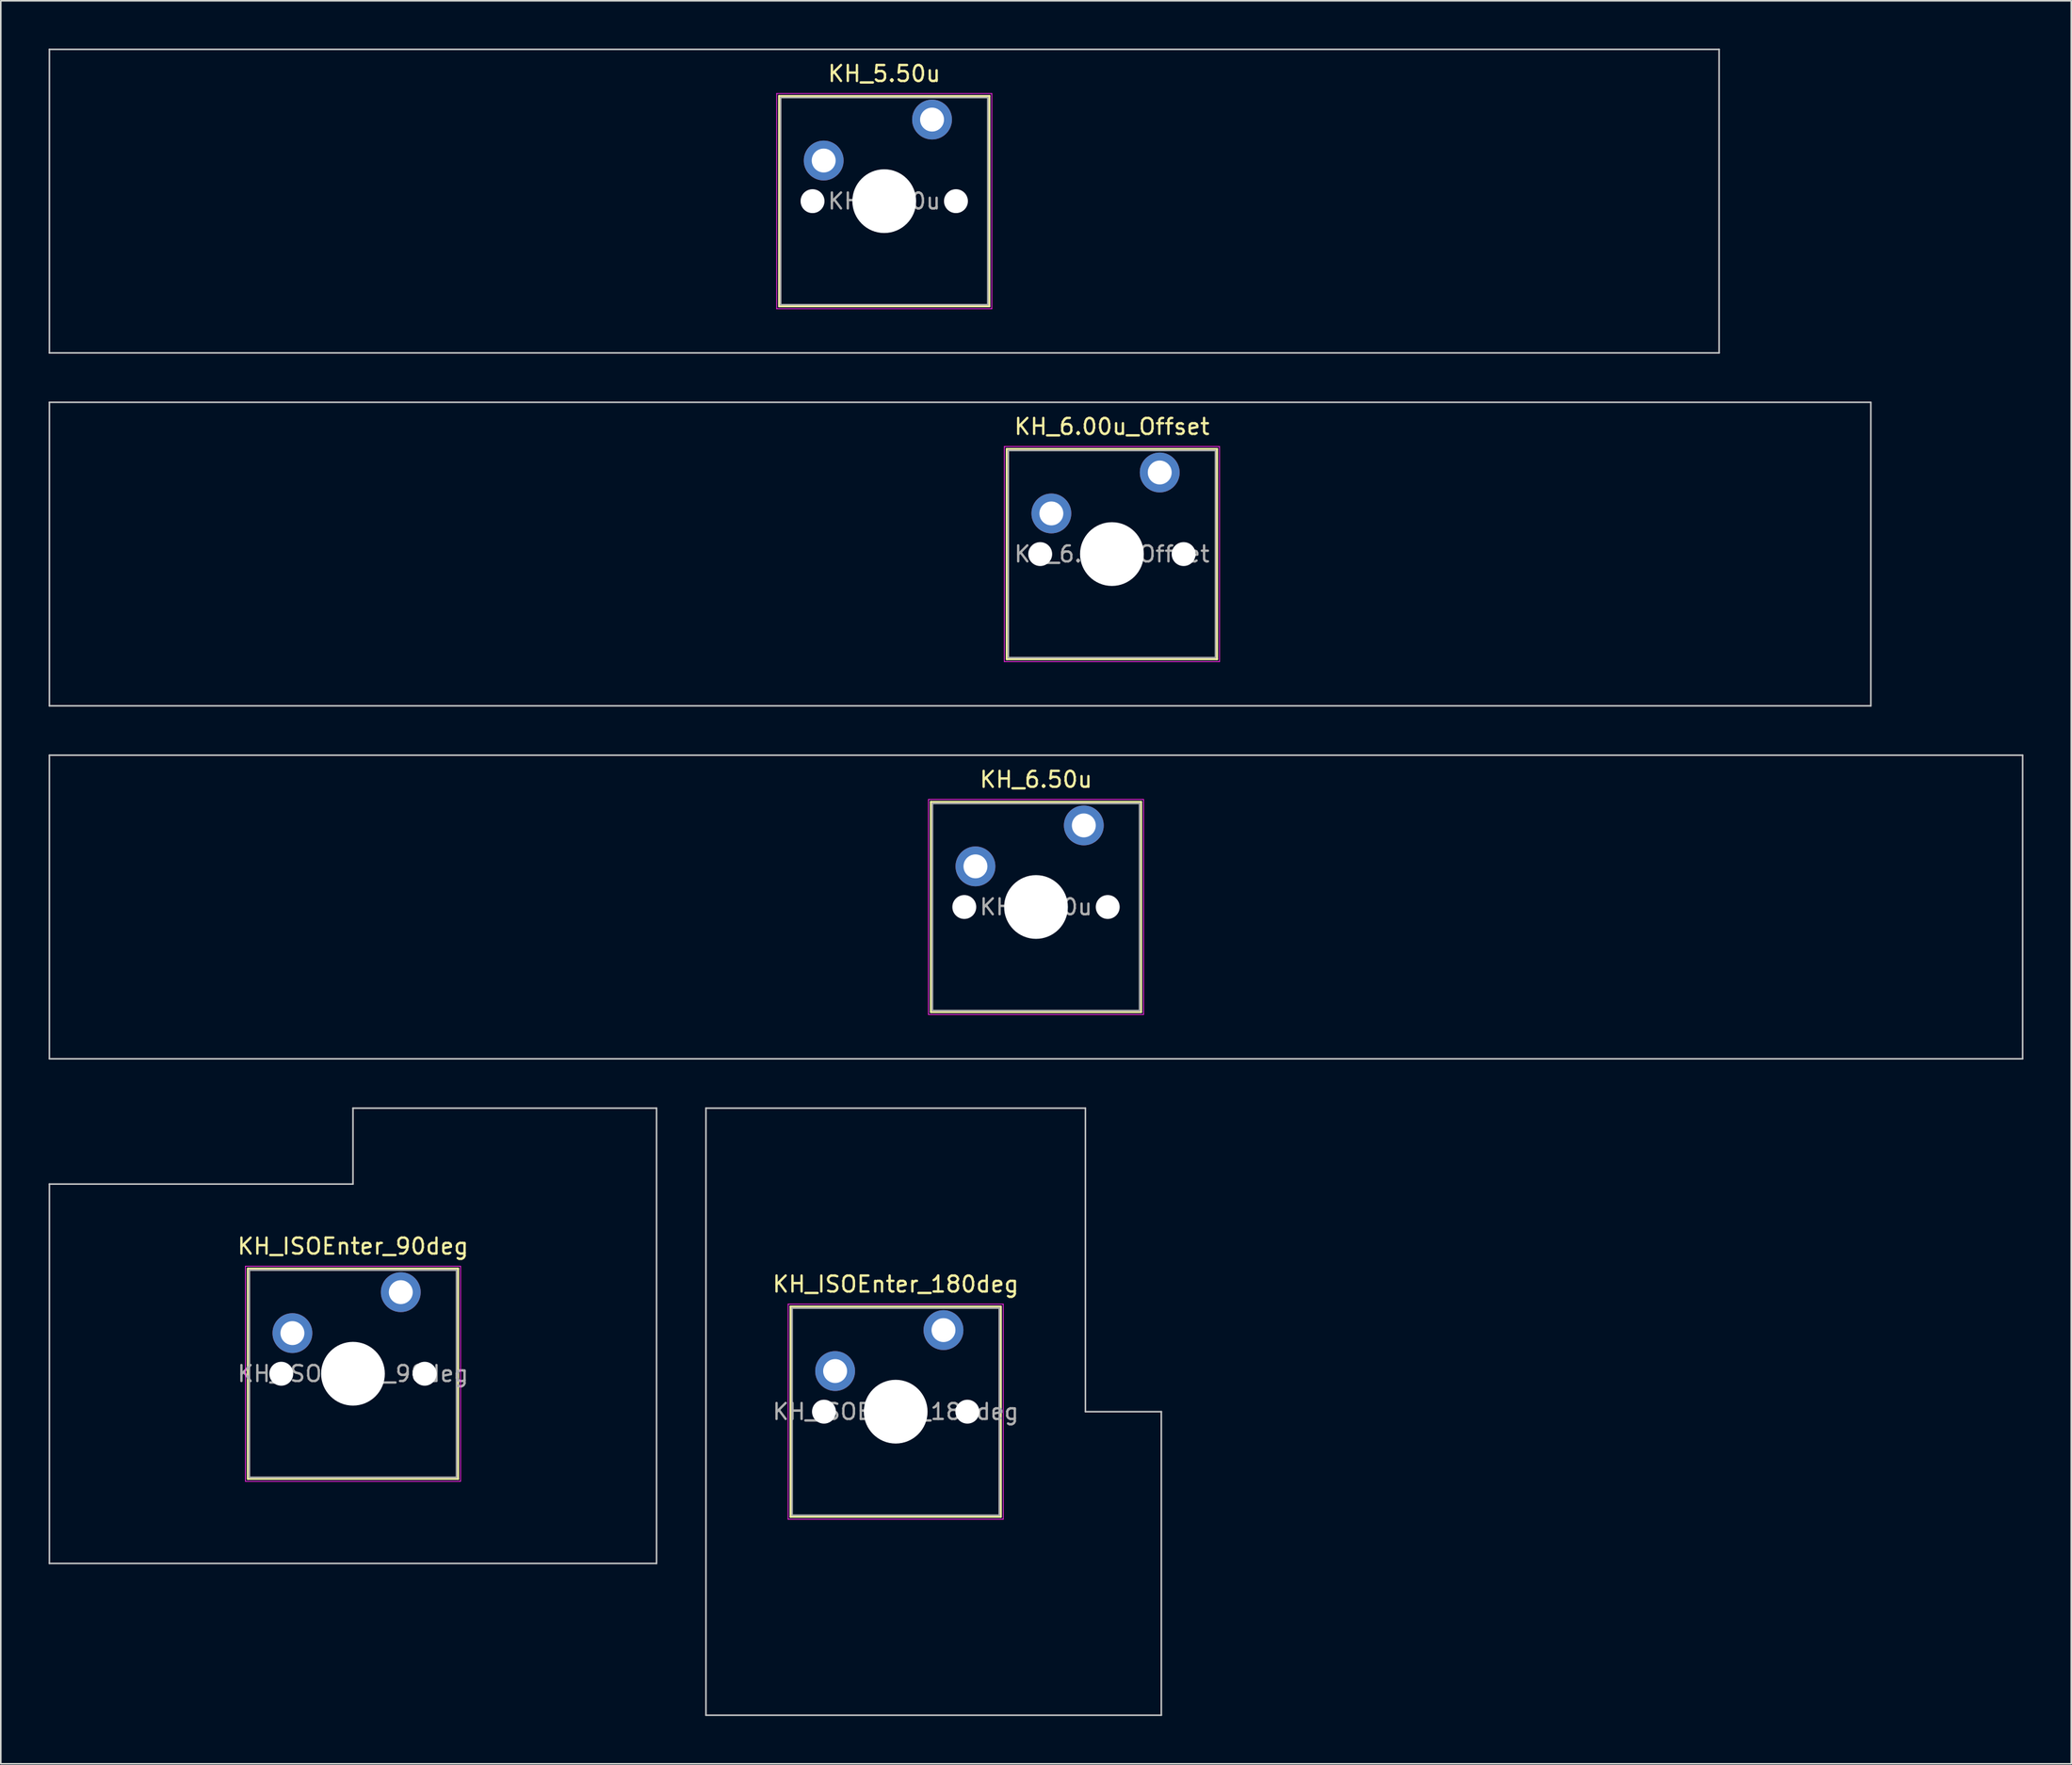
<source format=kicad_pcb>
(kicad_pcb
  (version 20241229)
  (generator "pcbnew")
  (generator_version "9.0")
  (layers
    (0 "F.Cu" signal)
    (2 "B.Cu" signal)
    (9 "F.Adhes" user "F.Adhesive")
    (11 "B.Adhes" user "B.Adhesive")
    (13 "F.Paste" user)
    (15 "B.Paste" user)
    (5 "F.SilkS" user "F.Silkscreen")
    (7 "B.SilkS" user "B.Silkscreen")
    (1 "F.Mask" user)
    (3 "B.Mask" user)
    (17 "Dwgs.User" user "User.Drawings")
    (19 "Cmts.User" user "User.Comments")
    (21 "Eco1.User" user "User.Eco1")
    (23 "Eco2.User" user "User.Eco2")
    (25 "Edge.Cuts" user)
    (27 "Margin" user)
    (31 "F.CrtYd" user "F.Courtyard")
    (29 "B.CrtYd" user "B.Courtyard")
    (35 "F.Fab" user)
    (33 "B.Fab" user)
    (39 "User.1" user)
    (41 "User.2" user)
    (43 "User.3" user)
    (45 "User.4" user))
  (footprint "KH_5.50u"
    (layer "F.Cu")
    (at 52.438 9.575)
    (property "Reference" "KH_5.50u" (at 0 -8 0) (layer "F.SilkS") (effects (font (size 1 1) (thickness 0.15))))
    (attr through_hole)
    (fp_line (start -6.6 -6.6) (end -6.6 6.6) (stroke (width 0.12) (type solid)) (layer "F.SilkS"))
    (fp_line (start -6.6 6.6) (end 6.6 6.6) (stroke (width 0.12) (type solid)) (layer "F.SilkS"))
    (fp_line (start 6.6 -6.6) (end -6.6 -6.6) (stroke (width 0.12) (type solid)) (layer "F.SilkS"))
    (fp_line (start 6.6 6.6) (end 6.6 -6.6) (stroke (width 0.12) (type solid)) (layer "F.SilkS"))
    (fp_line (start -52.388 -9.525) (end -52.388 9.525) (stroke (width 0.1) (type solid)) (layer "Dwgs.User"))
    (fp_line (start -52.388 9.525) (end 52.388 9.525) (stroke (width 0.1) (type solid)) (layer "Dwgs.User"))
    (fp_line (start 52.388 -9.525) (end -52.388 -9.525) (stroke (width 0.1) (type solid)) (layer "Dwgs.User"))
    (fp_line (start 52.388 9.525) (end 52.388 -9.525) (stroke (width 0.1) (type solid)) (layer "Dwgs.User"))
    (fp_line (start -6.1 -6.1) (end -6.1 6.1) (stroke (width 0.1) (type solid)) (layer "Eco1.User"))
    (fp_line (start -6.1 6.1) (end 6.1 6.1) (stroke (width 0.1) (type solid)) (layer "Eco1.User"))
    (fp_line (start 6.1 -6.1) (end -6.1 -6.1) (stroke (width 0.1) (type solid)) (layer "Eco1.User"))
    (fp_line (start 6.1 6.1) (end 6.1 -6.1) (stroke (width 0.1) (type solid)) (layer "Eco1.User"))
    (fp_line (start -6.75 -6.75) (end -6.75 6.75) (stroke (width 0.05) (type solid)) (layer "F.CrtYd"))
    (fp_line (start -6.75 6.75) (end 6.75 6.75) (stroke (width 0.05) (type solid)) (layer "F.CrtYd"))
    (fp_line (start 6.75 -6.75) (end -6.75 -6.75) (stroke (width 0.05) (type solid)) (layer "F.CrtYd"))
    (fp_line (start 6.75 6.75) (end 6.75 -6.75) (stroke (width 0.05) (type solid)) (layer "F.CrtYd"))
    (fp_line (start -6.5 -6.5) (end -6.5 6.5) (stroke (width 0.1) (type solid)) (layer "F.Fab"))
    (fp_line (start -6.5 6.5) (end 6.5 6.5) (stroke (width 0.1) (type solid)) (layer "F.Fab"))
    (fp_line (start 6.5 -6.5) (end -6.5 -6.5) (stroke (width 0.1) (type solid)) (layer "F.Fab"))
    (fp_line (start 6.5 6.5) (end 6.5 -6.5) (stroke (width 0.1) (type solid)) (layer "F.Fab"))
    (fp_text user "${REFERENCE}" (at 0 0 0) (layer "F.Fab") (effects (font (size 1 1) (thickness 0.15))))
    (pad "" np_thru_hole circle (at -4.5 0) (size 1.5 1.5) (drill 1.5) (layers "*.Cu" "*.Mask"))
    (pad "" np_thru_hole circle (at 0 0) (size 4 4) (drill 4) (layers "*.Cu" "*.Mask"))
    (pad "" np_thru_hole circle (at 4.5 0) (size 1.5 1.5) (drill 1.5) (layers "*.Cu" "*.Mask"))
    (pad "1" thru_hole circle (at -3.8 -2.55) (size 2.5 2.5) (drill 1.5) (layers "*.Cu" "*.Mask"))
    (pad "2" thru_hole circle (at 3 -5.12) (size 2.5 2.5) (drill 1.5) (layers "*.Cu" "*.Mask")))
  (footprint "KH_6.50u"
    (layer "F.Cu")
    (at 61.962 53.875)
    (property "Reference" "KH_6.50u" (at 0 -8 0) (layer "F.SilkS") (effects (font (size 1 1) (thickness 0.15))))
    (attr through_hole)
    (fp_line (start -6.6 -6.6) (end -6.6 6.6) (stroke (width 0.12) (type solid)) (layer "F.SilkS"))
    (fp_line (start -6.6 6.6) (end 6.6 6.6) (stroke (width 0.12) (type solid)) (layer "F.SilkS"))
    (fp_line (start 6.6 -6.6) (end -6.6 -6.6) (stroke (width 0.12) (type solid)) (layer "F.SilkS"))
    (fp_line (start 6.6 6.6) (end 6.6 -6.6) (stroke (width 0.12) (type solid)) (layer "F.SilkS"))
    (fp_line (start -61.913 -9.525) (end -61.913 9.525) (stroke (width 0.1) (type solid)) (layer "Dwgs.User"))
    (fp_line (start -61.913 9.525) (end 61.913 9.525) (stroke (width 0.1) (type solid)) (layer "Dwgs.User"))
    (fp_line (start 61.913 -9.525) (end -61.913 -9.525) (stroke (width 0.1) (type solid)) (layer "Dwgs.User"))
    (fp_line (start 61.913 9.525) (end 61.913 -9.525) (stroke (width 0.1) (type solid)) (layer "Dwgs.User"))
    (fp_line (start -6.1 -6.1) (end -6.1 6.1) (stroke (width 0.1) (type solid)) (layer "Eco1.User"))
    (fp_line (start -6.1 6.1) (end 6.1 6.1) (stroke (width 0.1) (type solid)) (layer "Eco1.User"))
    (fp_line (start 6.1 -6.1) (end -6.1 -6.1) (stroke (width 0.1) (type solid)) (layer "Eco1.User"))
    (fp_line (start 6.1 6.1) (end 6.1 -6.1) (stroke (width 0.1) (type solid)) (layer "Eco1.User"))
    (fp_line (start -6.75 -6.75) (end -6.75 6.75) (stroke (width 0.05) (type solid)) (layer "F.CrtYd"))
    (fp_line (start -6.75 6.75) (end 6.75 6.75) (stroke (width 0.05) (type solid)) (layer "F.CrtYd"))
    (fp_line (start 6.75 -6.75) (end -6.75 -6.75) (stroke (width 0.05) (type solid)) (layer "F.CrtYd"))
    (fp_line (start 6.75 6.75) (end 6.75 -6.75) (stroke (width 0.05) (type solid)) (layer "F.CrtYd"))
    (fp_line (start -6.5 -6.5) (end -6.5 6.5) (stroke (width 0.1) (type solid)) (layer "F.Fab"))
    (fp_line (start -6.5 6.5) (end 6.5 6.5) (stroke (width 0.1) (type solid)) (layer "F.Fab"))
    (fp_line (start 6.5 -6.5) (end -6.5 -6.5) (stroke (width 0.1) (type solid)) (layer "F.Fab"))
    (fp_line (start 6.5 6.5) (end 6.5 -6.5) (stroke (width 0.1) (type solid)) (layer "F.Fab"))
    (fp_text user "${REFERENCE}" (at 0 0 0) (layer "F.Fab") (effects (font (size 1 1) (thickness 0.15))))
    (pad "" np_thru_hole circle (at -4.5 0) (size 1.5 1.5) (drill 1.5) (layers "*.Cu" "*.Mask"))
    (pad "" np_thru_hole circle (at 0 0) (size 4 4) (drill 4) (layers "*.Cu" "*.Mask"))
    (pad "" np_thru_hole circle (at 4.5 0) (size 1.5 1.5) (drill 1.5) (layers "*.Cu" "*.Mask"))
    (pad "1" thru_hole circle (at -3.8 -2.55) (size 2.5 2.5) (drill 1.5) (layers "*.Cu" "*.Mask"))
    (pad "2" thru_hole circle (at 3 -5.12) (size 2.5 2.5) (drill 1.5) (layers "*.Cu" "*.Mask")))
  (footprint "KH_ISOEnter_180deg"
    (layer "F.Cu")
    (at 53.156 85.55)
    (property "Reference" "KH_ISOEnter_180deg" (at 0 -8 0) (layer "F.SilkS") (effects (font (size 1 1) (thickness 0.15))))
    (attr through_hole)
    (fp_line (start -6.6 -6.6) (end -6.6 6.6) (stroke (width 0.12) (type solid)) (layer "F.SilkS"))
    (fp_line (start -6.6 6.6) (end 6.6 6.6) (stroke (width 0.12) (type solid)) (layer "F.SilkS"))
    (fp_line (start 6.6 -6.6) (end -6.6 -6.6) (stroke (width 0.12) (type solid)) (layer "F.SilkS"))
    (fp_line (start 6.6 6.6) (end 6.6 -6.6) (stroke (width 0.12) (type solid)) (layer "F.SilkS"))
    (fp_line (start -11.906 -19.05) (end -11.906 19.05) (stroke (width 0.1) (type solid)) (layer "Dwgs.User"))
    (fp_line (start -11.906 19.05) (end 16.669 19.05) (stroke (width 0.1) (type solid)) (layer "Dwgs.User"))
    (fp_line (start 11.906 -19.05) (end -11.906 -19.05) (stroke (width 0.1) (type solid)) (layer "Dwgs.User"))
    (fp_line (start 11.906 0) (end 11.906 -19.05) (stroke (width 0.1) (type solid)) (layer "Dwgs.User"))
    (fp_line (start 16.669 0) (end 11.906 0) (stroke (width 0.1) (type solid)) (layer "Dwgs.User"))
    (fp_line (start 16.669 19.05) (end 16.669 0) (stroke (width 0.1) (type solid)) (layer "Dwgs.User"))
    (fp_line (start -6.1 -6.1) (end -6.1 6.1) (stroke (width 0.1) (type solid)) (layer "Eco1.User"))
    (fp_line (start -6.1 6.1) (end 6.1 6.1) (stroke (width 0.1) (type solid)) (layer "Eco1.User"))
    (fp_line (start 6.1 -6.1) (end -6.1 -6.1) (stroke (width 0.1) (type solid)) (layer "Eco1.User"))
    (fp_line (start 6.1 6.1) (end 6.1 -6.1) (stroke (width 0.1) (type solid)) (layer "Eco1.User"))
    (fp_line (start -6.75 -6.75) (end -6.75 6.75) (stroke (width 0.05) (type solid)) (layer "F.CrtYd"))
    (fp_line (start -6.75 6.75) (end 6.75 6.75) (stroke (width 0.05) (type solid)) (layer "F.CrtYd"))
    (fp_line (start 6.75 -6.75) (end -6.75 -6.75) (stroke (width 0.05) (type solid)) (layer "F.CrtYd"))
    (fp_line (start 6.75 6.75) (end 6.75 -6.75) (stroke (width 0.05) (type solid)) (layer "F.CrtYd"))
    (fp_line (start -6.5 -6.5) (end -6.5 6.5) (stroke (width 0.1) (type solid)) (layer "F.Fab"))
    (fp_line (start -6.5 6.5) (end 6.5 6.5) (stroke (width 0.1) (type solid)) (layer "F.Fab"))
    (fp_line (start 6.5 -6.5) (end -6.5 -6.5) (stroke (width 0.1) (type solid)) (layer "F.Fab"))
    (fp_line (start 6.5 6.5) (end 6.5 -6.5) (stroke (width 0.1) (type solid)) (layer "F.Fab"))
    (fp_text user "${REFERENCE}" (at 0 0 0) (layer "F.Fab") (effects (font (size 1 1) (thickness 0.15))))
    (pad "" np_thru_hole circle (at -4.5 0) (size 1.5 1.5) (drill 1.5) (layers "*.Cu" "*.Mask"))
    (pad "" np_thru_hole circle (at 0 0) (size 4 4) (drill 4) (layers "*.Cu" "*.Mask"))
    (pad "" np_thru_hole circle (at 4.5 0) (size 1.5 1.5) (drill 1.5) (layers "*.Cu" "*.Mask"))
    (pad "1" thru_hole circle (at -3.8 -2.55) (size 2.5 2.5) (drill 1.5) (layers "*.Cu" "*.Mask"))
    (pad "2" thru_hole circle (at 3 -5.12) (size 2.5 2.5) (drill 1.5) (layers "*.Cu" "*.Mask")))
  (footprint "KH_ISOEnter_90deg"
    (layer "F.Cu")
    (at 19.1 83.169)
    (property "Reference" "KH_ISOEnter_90deg" (at 0 -8 0) (layer "F.SilkS") (effects (font (size 1 1) (thickness 0.15))))
    (attr through_hole)
    (fp_line (start -6.6 -6.6) (end -6.6 6.6) (stroke (width 0.12) (type solid)) (layer "F.SilkS"))
    (fp_line (start -6.6 6.6) (end 6.6 6.6) (stroke (width 0.12) (type solid)) (layer "F.SilkS"))
    (fp_line (start 6.6 -6.6) (end -6.6 -6.6) (stroke (width 0.12) (type solid)) (layer "F.SilkS"))
    (fp_line (start 6.6 6.6) (end 6.6 -6.6) (stroke (width 0.12) (type solid)) (layer "F.SilkS"))
    (fp_line (start -19.05 -11.906) (end -19.05 11.906) (stroke (width 0.1) (type solid)) (layer "Dwgs.User"))
    (fp_line (start -19.05 11.906) (end 19.05 11.906) (stroke (width 0.1) (type solid)) (layer "Dwgs.User"))
    (fp_line (start 0 -16.669) (end 0 -11.906) (stroke (width 0.1) (type solid)) (layer "Dwgs.User"))
    (fp_line (start 0 -11.906) (end -19.05 -11.906) (stroke (width 0.1) (type solid)) (layer "Dwgs.User"))
    (fp_line (start 19.05 -16.669) (end 0 -16.669) (stroke (width 0.1) (type solid)) (layer "Dwgs.User"))
    (fp_line (start 19.05 11.906) (end 19.05 -16.669) (stroke (width 0.1) (type solid)) (layer "Dwgs.User"))
    (fp_line (start -6.1 -6.1) (end -6.1 6.1) (stroke (width 0.1) (type solid)) (layer "Eco1.User"))
    (fp_line (start -6.1 6.1) (end 6.1 6.1) (stroke (width 0.1) (type solid)) (layer "Eco1.User"))
    (fp_line (start 6.1 -6.1) (end -6.1 -6.1) (stroke (width 0.1) (type solid)) (layer "Eco1.User"))
    (fp_line (start 6.1 6.1) (end 6.1 -6.1) (stroke (width 0.1) (type solid)) (layer "Eco1.User"))
    (fp_line (start -6.75 -6.75) (end -6.75 6.75) (stroke (width 0.05) (type solid)) (layer "F.CrtYd"))
    (fp_line (start -6.75 6.75) (end 6.75 6.75) (stroke (width 0.05) (type solid)) (layer "F.CrtYd"))
    (fp_line (start 6.75 -6.75) (end -6.75 -6.75) (stroke (width 0.05) (type solid)) (layer "F.CrtYd"))
    (fp_line (start 6.75 6.75) (end 6.75 -6.75) (stroke (width 0.05) (type solid)) (layer "F.CrtYd"))
    (fp_line (start -6.5 -6.5) (end -6.5 6.5) (stroke (width 0.1) (type solid)) (layer "F.Fab"))
    (fp_line (start -6.5 6.5) (end 6.5 6.5) (stroke (width 0.1) (type solid)) (layer "F.Fab"))
    (fp_line (start 6.5 -6.5) (end -6.5 -6.5) (stroke (width 0.1) (type solid)) (layer "F.Fab"))
    (fp_line (start 6.5 6.5) (end 6.5 -6.5) (stroke (width 0.1) (type solid)) (layer "F.Fab"))
    (fp_text user "${REFERENCE}" (at 0 0 0) (layer "F.Fab") (effects (font (size 1 1) (thickness 0.15))))
    (pad "" np_thru_hole circle (at -4.5 0) (size 1.5 1.5) (drill 1.5) (layers "*.Cu" "*.Mask"))
    (pad "" np_thru_hole circle (at 0 0) (size 4 4) (drill 4) (layers "*.Cu" "*.Mask"))
    (pad "" np_thru_hole circle (at 4.5 0) (size 1.5 1.5) (drill 1.5) (layers "*.Cu" "*.Mask"))
    (pad "1" thru_hole circle (at -3.8 -2.55) (size 2.5 2.5) (drill 1.5) (layers "*.Cu" "*.Mask"))
    (pad "2" thru_hole circle (at 3 -5.12) (size 2.5 2.5) (drill 1.5) (layers "*.Cu" "*.Mask")))
  (footprint "KH_6.00u_Offset"
    (layer "F.Cu")
    (at 66.725 31.725)
    (property "Reference" "KH_6.00u_Offset" (at 0 -8 0) (layer "F.SilkS") (effects (font (size 1 1) (thickness 0.15))))
    (attr through_hole)
    (fp_line (start -6.6 -6.6) (end -6.6 6.6) (stroke (width 0.12) (type solid)) (layer "F.SilkS"))
    (fp_line (start -6.6 6.6) (end 6.6 6.6) (stroke (width 0.12) (type solid)) (layer "F.SilkS"))
    (fp_line (start 6.6 -6.6) (end -6.6 -6.6) (stroke (width 0.12) (type solid)) (layer "F.SilkS"))
    (fp_line (start 6.6 6.6) (end 6.6 -6.6) (stroke (width 0.12) (type solid)) (layer "F.SilkS"))
    (fp_line (start -66.675 -9.525) (end -66.675 9.525) (stroke (width 0.1) (type solid)) (layer "Dwgs.User"))
    (fp_line (start -66.675 9.525) (end 47.625 9.525) (stroke (width 0.1) (type solid)) (layer "Dwgs.User"))
    (fp_line (start 47.625 -9.525) (end -66.675 -9.525) (stroke (width 0.1) (type solid)) (layer "Dwgs.User"))
    (fp_line (start 47.625 9.525) (end 47.625 -9.525) (stroke (width 0.1) (type solid)) (layer "Dwgs.User"))
    (fp_line (start -6.1 -6.1) (end -6.1 6.1) (stroke (width 0.1) (type solid)) (layer "Eco1.User"))
    (fp_line (start -6.1 6.1) (end 6.1 6.1) (stroke (width 0.1) (type solid)) (layer "Eco1.User"))
    (fp_line (start 6.1 -6.1) (end -6.1 -6.1) (stroke (width 0.1) (type solid)) (layer "Eco1.User"))
    (fp_line (start 6.1 6.1) (end 6.1 -6.1) (stroke (width 0.1) (type solid)) (layer "Eco1.User"))
    (fp_line (start -6.75 -6.75) (end -6.75 6.75) (stroke (width 0.05) (type solid)) (layer "F.CrtYd"))
    (fp_line (start -6.75 6.75) (end 6.75 6.75) (stroke (width 0.05) (type solid)) (layer "F.CrtYd"))
    (fp_line (start 6.75 -6.75) (end -6.75 -6.75) (stroke (width 0.05) (type solid)) (layer "F.CrtYd"))
    (fp_line (start 6.75 6.75) (end 6.75 -6.75) (stroke (width 0.05) (type solid)) (layer "F.CrtYd"))
    (fp_line (start -6.5 -6.5) (end -6.5 6.5) (stroke (width 0.1) (type solid)) (layer "F.Fab"))
    (fp_line (start -6.5 6.5) (end 6.5 6.5) (stroke (width 0.1) (type solid)) (layer "F.Fab"))
    (fp_line (start 6.5 -6.5) (end -6.5 -6.5) (stroke (width 0.1) (type solid)) (layer "F.Fab"))
    (fp_line (start 6.5 6.5) (end 6.5 -6.5) (stroke (width 0.1) (type solid)) (layer "F.Fab"))
    (fp_text user "${REFERENCE}" (at 0 0 0) (layer "F.Fab") (effects (font (size 1 1) (thickness 0.15))))
    (pad "" np_thru_hole circle (at -4.5 0) (size 1.5 1.5) (drill 1.5) (layers "*.Cu" "*.Mask"))
    (pad "" np_thru_hole circle (at 0 0) (size 4 4) (drill 4) (layers "*.Cu" "*.Mask"))
    (pad "" np_thru_hole circle (at 4.5 0) (size 1.5 1.5) (drill 1.5) (layers "*.Cu" "*.Mask"))
    (pad "1" thru_hole circle (at -3.8 -2.55) (size 2.5 2.5) (drill 1.5) (layers "*.Cu" "*.Mask"))
    (pad "2" thru_hole circle (at 3 -5.12) (size 2.5 2.5) (drill 1.5) (layers "*.Cu" "*.Mask")))
  (gr_rect
    (start -3 -3)
    (end 126.925 107.65)
    (stroke (width 0.1) (type default))
    (fill no)
    (layer "Edge.Cuts")))
</source>
